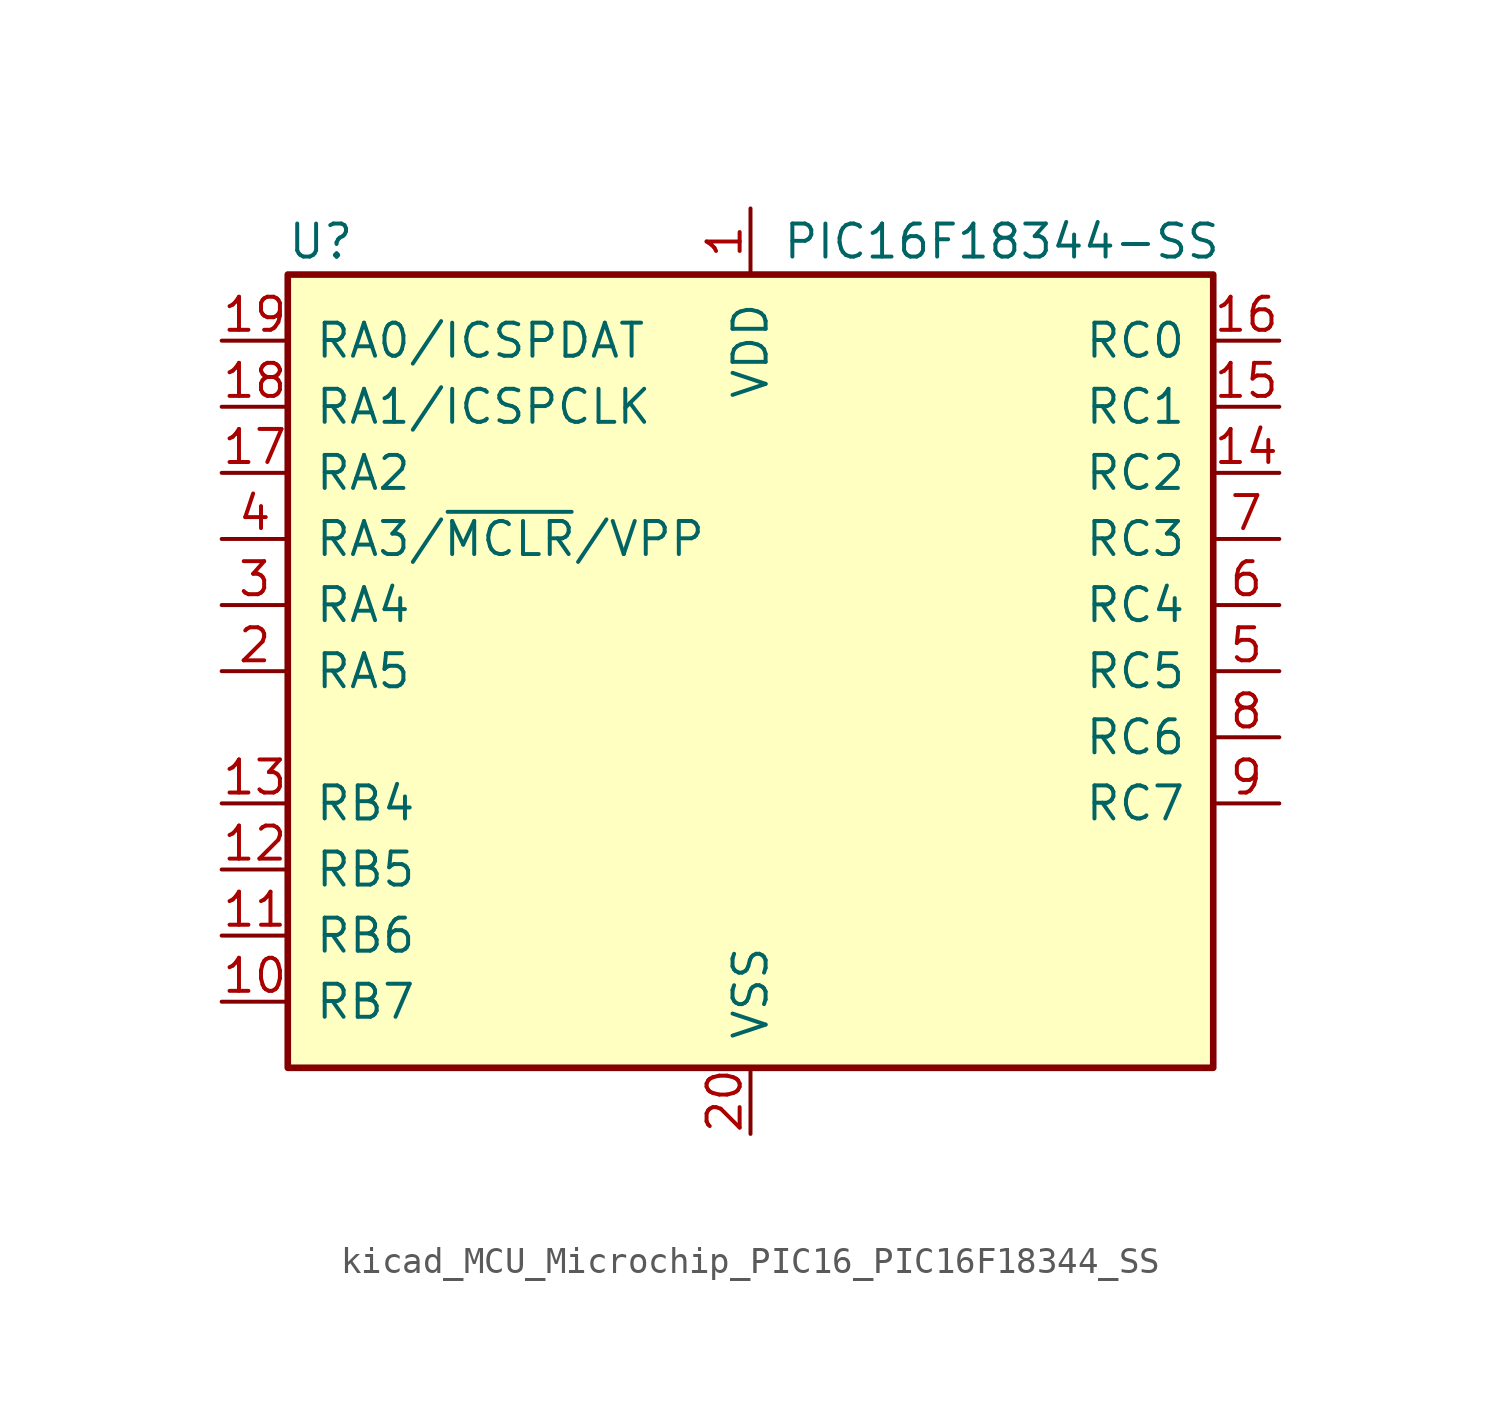
<source format=kicad_sym>
(kicad_symbol_lib
  (version 20220914)
  (generator kicad_symbol_editor)
  (symbol "kicad_MCU_Microchip_PIC16_PIC16F18344_SS"
    (pin_names
      (offset 1.016))
    (property "Reference" "U"
      (at -16.51 16.51 0)
      (effects (font (size 1.27 1.27))))
    (property "Value" "PIC16F18344-SS"
      (at 9.652 16.51 0)
      (effects (font (size 1.27 1.27))))
    (symbol "kicad_MCU_Microchip_PIC16_PIC16F18344_SS_0_1"
      (rectangle (start -17.78 15.24) (end 17.78 -15.24) (stroke (width 0.254) (type default)) (fill (type background))))
    (symbol "kicad_MCU_Microchip_PIC16_PIC16F18344_SS_1_1"
      (pin power_in line (at 0 17.78 270) (length 2.54) (name "VDD" (effects (font (size 1.27 1.27)))) (number "1" (effects (font (size 1.27 1.27)))))
      (pin bidirectional line (at -20.32 -12.7 0) (length 2.54) (name "RB7" (effects (font (size 1.27 1.27)))) (number "10" (effects (font (size 1.27 1.27)))))
      (pin bidirectional line (at -20.32 -10.16 0) (length 2.54) (name "RB6" (effects (font (size 1.27 1.27)))) (number "11" (effects (font (size 1.27 1.27)))))
      (pin bidirectional line (at -20.32 -7.62 0) (length 2.54) (name "RB5" (effects (font (size 1.27 1.27)))) (number "12" (effects (font (size 1.27 1.27)))))
      (pin bidirectional line (at -20.32 -5.08 0) (length 2.54) (name "RB4" (effects (font (size 1.27 1.27)))) (number "13" (effects (font (size 1.27 1.27)))))
      (pin bidirectional line (at 20.32 7.62 180) (length 2.54) (name "RC2" (effects (font (size 1.27 1.27)))) (number "14" (effects (font (size 1.27 1.27)))))
      (pin bidirectional line (at 20.32 10.16 180) (length 2.54) (name "RC1" (effects (font (size 1.27 1.27)))) (number "15" (effects (font (size 1.27 1.27)))))
      (pin bidirectional line (at 20.32 12.7 180) (length 2.54) (name "RC0" (effects (font (size 1.27 1.27)))) (number "16" (effects (font (size 1.27 1.27)))))
      (pin bidirectional line (at -20.32 7.62 0) (length 2.54) (name "RA2" (effects (font (size 1.27 1.27)))) (number "17" (effects (font (size 1.27 1.27)))))
      (pin bidirectional line (at -20.32 10.16 0) (length 2.54) (name "RA1/ICSPCLK" (effects (font (size 1.27 1.27)))) (number "18" (effects (font (size 1.27 1.27)))))
      (pin bidirectional line (at -20.32 12.7 0) (length 2.54) (name "RA0/ICSPDAT" (effects (font (size 1.27 1.27)))) (number "19" (effects (font (size 1.27 1.27)))))
      (pin bidirectional line (at -20.32 0 0) (length 2.54) (name "RA5" (effects (font (size 1.27 1.27)))) (number "2" (effects (font (size 1.27 1.27)))))
      (pin power_in line (at 0 -17.78 90) (length 2.54) (name "VSS" (effects (font (size 1.27 1.27)))) (number "20" (effects (font (size 1.27 1.27)))))
      (pin bidirectional line (at -20.32 2.54 0) (length 2.54) (name "RA4" (effects (font (size 1.27 1.27)))) (number "3" (effects (font (size 1.27 1.27)))))
      (pin bidirectional line (at -20.32 5.08 0) (length 2.54) (name "RA3/~{MCLR}/VPP" (effects (font (size 1.27 1.27)))) (number "4" (effects (font (size 1.27 1.27)))))
      (pin bidirectional line (at 20.32 0 180) (length 2.54) (name "RC5" (effects (font (size 1.27 1.27)))) (number "5" (effects (font (size 1.27 1.27)))))
      (pin bidirectional line (at 20.32 2.54 180) (length 2.54) (name "RC4" (effects (font (size 1.27 1.27)))) (number "6" (effects (font (size 1.27 1.27)))))
      (pin bidirectional line (at 20.32 5.08 180) (length 2.54) (name "RC3" (effects (font (size 1.27 1.27)))) (number "7" (effects (font (size 1.27 1.27)))))
      (pin bidirectional line (at 20.32 -2.54 180) (length 2.54) (name "RC6" (effects (font (size 1.27 1.27)))) (number "8" (effects (font (size 1.27 1.27)))))
      (pin bidirectional line (at 20.32 -5.08 180) (length 2.54) (name "RC7" (effects (font (size 1.27 1.27)))) (number "9" (effects (font (size 1.27 1.27))))))))
</source>
